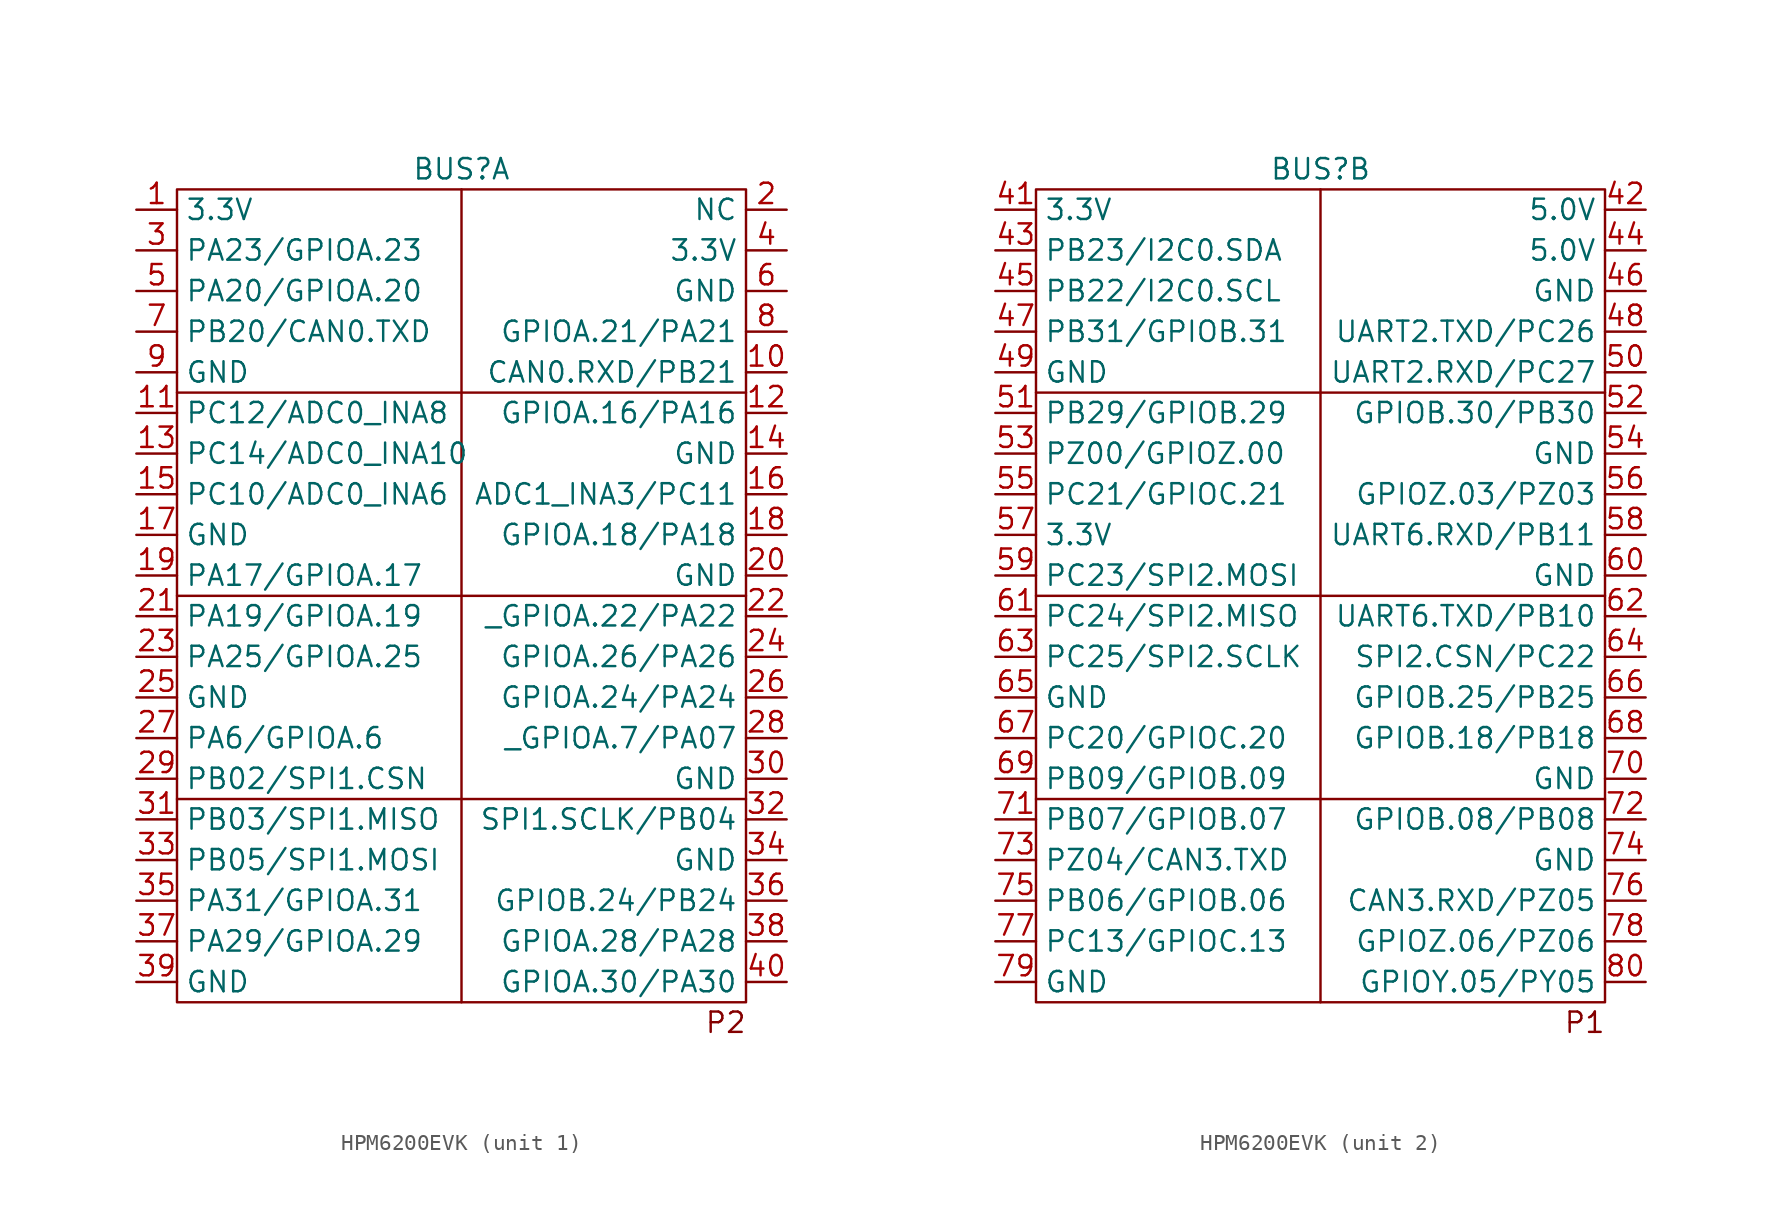
<source format=kicad_sym>
(kicad_symbol_lib
  (version 20220914)
  (generator kicad_symbol_editor)
  (symbol "HPM6200EVK"
    (property "Reference" "BUS"
      (at 20.32 2.54 0)
      (effects (font (size 1.27 1.27))))
    (property "Value" ""
      (at 0 0 0)
      (effects (font (size 1.27 1.27))))
    (property "ki_locked" ""
      (at 0 0 0)
      (effects (font (size 1.27 1.27))))
    (symbol "HPM6200EVK_1_1"
      (polyline (pts (xy 2.54 -36.83) (xy 38.1 -36.83)) (stroke (width 0) (type default)) (fill (type none)))
      (polyline (pts (xy 2.54 -24.13) (xy 38.1 -24.13)) (stroke (width 0) (type default)) (fill (type none)))
      (polyline (pts (xy 2.54 -11.43) (xy 38.1 -11.43)) (stroke (width 0) (type default)) (fill (type none)))
      (polyline (pts (xy 20.32 1.27) (xy 20.32 -49.53)) (stroke (width 0) (type default)) (fill (type none)))
      (rectangle (start 2.54 1.27) (end 38.1 -49.53) (stroke (width 0) (type default)) (fill (type none)))
      (text "P2" (at 36.83 -50.8 0) (effects (font (size 1.27 1.27))))
      (pin power_in line (at 0 0 0) (length 2.54) (name "3.3V" (effects (font (size 1.27 1.27)))) (number "1" (effects (font (size 1.27 1.27)))))
      (pin bidirectional line (at 40.64 -10.16 180) (length 2.54) (name "CAN0.RXD/PB21" (effects (font (size 1.27 1.27)))) (number "10" (effects (font (size 1.27 1.27)))))
      (pin bidirectional line (at 0 -12.7 0) (length 2.54) (name "PC12/ADC0_INA8" (effects (font (size 1.27 1.27)))) (number "11" (effects (font (size 1.27 1.27)))))
      (pin bidirectional line (at 40.64 -12.7 180) (length 2.54) (name "GPIOA.16/PA16" (effects (font (size 1.27 1.27)))) (number "12" (effects (font (size 1.27 1.27)))))
      (pin bidirectional line (at 0 -15.24 0) (length 2.54) (name "PC14/ADC0_INA10" (effects (font (size 1.27 1.27)))) (number "13" (effects (font (size 1.27 1.27)))))
      (pin power_in line (at 40.64 -15.24 180) (length 2.54) (name "GND" (effects (font (size 1.27 1.27)))) (number "14" (effects (font (size 1.27 1.27)))))
      (pin bidirectional line (at 0 -17.78 0) (length 2.54) (name "PC10/ADC0_INA6" (effects (font (size 1.27 1.27)))) (number "15" (effects (font (size 1.27 1.27)))))
      (pin bidirectional line (at 40.64 -17.78 180) (length 2.54) (name "ADC1_INA3/PC11" (effects (font (size 1.27 1.27)))) (number "16" (effects (font (size 1.27 1.27)))))
      (pin power_in line (at 0 -20.32 0) (length 2.54) (name "GND" (effects (font (size 1.27 1.27)))) (number "17" (effects (font (size 1.27 1.27)))))
      (pin bidirectional line (at 40.64 -20.32 180) (length 2.54) (name "GPIOA.18/PA18" (effects (font (size 1.27 1.27)))) (number "18" (effects (font (size 1.27 1.27)))))
      (pin bidirectional line (at 0 -22.86 0) (length 2.54) (name "PA17/GPIOA.17" (effects (font (size 1.27 1.27)))) (number "19" (effects (font (size 1.27 1.27)))))
      (pin power_in line (at 40.64 0 180) (length 2.54) (name "NC" (effects (font (size 1.27 1.27)))) (number "2" (effects (font (size 1.27 1.27)))))
      (pin power_in line (at 40.64 -22.86 180) (length 2.54) (name "GND" (effects (font (size 1.27 1.27)))) (number "20" (effects (font (size 1.27 1.27)))))
      (pin bidirectional line (at 0 -25.4 0) (length 2.54) (name "PA19/GPIOA.19" (effects (font (size 1.27 1.27)))) (number "21" (effects (font (size 1.27 1.27)))))
      (pin bidirectional line (at 40.64 -25.4 180) (length 2.54) (name "_GPIOA.22/PA22" (effects (font (size 1.27 1.27)))) (number "22" (effects (font (size 1.27 1.27)))))
      (pin bidirectional line (at 0 -27.94 0) (length 2.54) (name "PA25/GPIOA.25" (effects (font (size 1.27 1.27)))) (number "23" (effects (font (size 1.27 1.27)))))
      (pin bidirectional line (at 40.64 -27.94 180) (length 2.54) (name "GPIOA.26/PA26" (effects (font (size 1.27 1.27)))) (number "24" (effects (font (size 1.27 1.27)))))
      (pin power_in line (at 0 -30.48 0) (length 2.54) (name "GND" (effects (font (size 1.27 1.27)))) (number "25" (effects (font (size 1.27 1.27)))))
      (pin bidirectional line (at 40.64 -30.48 180) (length 2.54) (name "GPIOA.24/PA24" (effects (font (size 1.27 1.27)))) (number "26" (effects (font (size 1.27 1.27)))))
      (pin bidirectional line (at 0 -33.02 0) (length 2.54) (name "PA6/GPIOA.6" (effects (font (size 1.27 1.27)))) (number "27" (effects (font (size 1.27 1.27)))))
      (pin bidirectional line (at 40.64 -33.02 180) (length 2.54) (name "_GPIOA.7/PA07" (effects (font (size 1.27 1.27)))) (number "28" (effects (font (size 1.27 1.27)))))
      (pin bidirectional line (at 0 -35.56 0) (length 2.54) (name "PB02/SPI1.CSN" (effects (font (size 1.27 1.27)))) (number "29" (effects (font (size 1.27 1.27)))))
      (pin bidirectional line (at 0 -2.54 0) (length 2.54) (name "PA23/GPIOA.23" (effects (font (size 1.27 1.27)))) (number "3" (effects (font (size 1.27 1.27)))))
      (pin power_in line (at 40.64 -35.56 180) (length 2.54) (name "GND" (effects (font (size 1.27 1.27)))) (number "30" (effects (font (size 1.27 1.27)))))
      (pin bidirectional line (at 0 -38.1 0) (length 2.54) (name "PB03/SPI1.MISO" (effects (font (size 1.27 1.27)))) (number "31" (effects (font (size 1.27 1.27)))))
      (pin bidirectional line (at 40.64 -38.1 180) (length 2.54) (name "SPI1.SCLK/PB04" (effects (font (size 1.27 1.27)))) (number "32" (effects (font (size 1.27 1.27)))))
      (pin bidirectional line (at 0 -40.64 0) (length 2.54) (name "PB05/SPI1.MOSI" (effects (font (size 1.27 1.27)))) (number "33" (effects (font (size 1.27 1.27)))))
      (pin power_in line (at 40.64 -40.64 180) (length 2.54) (name "GND" (effects (font (size 1.27 1.27)))) (number "34" (effects (font (size 1.27 1.27)))))
      (pin bidirectional line (at 0 -43.18 0) (length 2.54) (name "PA31/GPIOA.31" (effects (font (size 1.27 1.27)))) (number "35" (effects (font (size 1.27 1.27)))))
      (pin bidirectional line (at 40.64 -43.18 180) (length 2.54) (name "GPIOB.24/PB24" (effects (font (size 1.27 1.27)))) (number "36" (effects (font (size 1.27 1.27)))))
      (pin bidirectional line (at 0 -45.72 0) (length 2.54) (name "PA29/GPIOA.29" (effects (font (size 1.27 1.27)))) (number "37" (effects (font (size 1.27 1.27)))))
      (pin bidirectional line (at 40.64 -45.72 180) (length 2.54) (name "GPIOA.28/PA28" (effects (font (size 1.27 1.27)))) (number "38" (effects (font (size 1.27 1.27)))))
      (pin power_in line (at 0 -48.26 0) (length 2.54) (name "GND" (effects (font (size 1.27 1.27)))) (number "39" (effects (font (size 1.27 1.27)))))
      (pin power_in line (at 40.64 -2.54 180) (length 2.54) (name "3.3V" (effects (font (size 1.27 1.27)))) (number "4" (effects (font (size 1.27 1.27)))))
      (pin bidirectional line (at 40.64 -48.26 180) (length 2.54) (name "GPIOA.30/PA30" (effects (font (size 1.27 1.27)))) (number "40" (effects (font (size 1.27 1.27)))))
      (pin bidirectional line (at 0 -5.08 0) (length 2.54) (name "PA20/GPIOA.20" (effects (font (size 1.27 1.27)))) (number "5" (effects (font (size 1.27 1.27)))))
      (pin power_in line (at 40.64 -5.08 180) (length 2.54) (name "GND" (effects (font (size 1.27 1.27)))) (number "6" (effects (font (size 1.27 1.27)))))
      (pin bidirectional line (at 0 -7.62 0) (length 2.54) (name "PB20/CAN0.TXD" (effects (font (size 1.27 1.27)))) (number "7" (effects (font (size 1.27 1.27)))))
      (pin bidirectional line (at 40.64 -7.62 180) (length 2.54) (name "GPIOA.21/PA21" (effects (font (size 1.27 1.27)))) (number "8" (effects (font (size 1.27 1.27)))))
      (pin power_in line (at 0 -10.16 0) (length 2.54) (name "GND" (effects (font (size 1.27 1.27)))) (number "9" (effects (font (size 1.27 1.27))))))
    (symbol "HPM6200EVK_2_1"
      (polyline (pts (xy 2.54 -36.83) (xy 38.1 -36.83)) (stroke (width 0) (type default)) (fill (type none)))
      (polyline (pts (xy 2.54 -24.13) (xy 38.1 -24.13)) (stroke (width 0) (type default)) (fill (type none)))
      (polyline (pts (xy 2.54 -11.43) (xy 38.1 -11.43)) (stroke (width 0) (type default)) (fill (type none)))
      (polyline (pts (xy 20.32 1.27) (xy 20.32 -49.53)) (stroke (width 0) (type default)) (fill (type none)))
      (rectangle (start 2.54 1.27) (end 38.1 -49.53) (stroke (width 0) (type default)) (fill (type none)))
      (text "P1" (at 36.83 -50.8 0) (effects (font (size 1.27 1.27))))
      (pin power_in line (at 0 0 0) (length 2.54) (name "3.3V" (effects (font (size 1.27 1.27)))) (number "41" (effects (font (size 1.27 1.27)))))
      (pin power_in line (at 40.64 0 180) (length 2.54) (name "5.0V" (effects (font (size 1.27 1.27)))) (number "42" (effects (font (size 1.27 1.27)))))
      (pin bidirectional line (at 0 -2.54 0) (length 2.54) (name "PB23/I2C0.SDA" (effects (font (size 1.27 1.27)))) (number "43" (effects (font (size 1.27 1.27)))))
      (pin power_in line (at 40.64 -2.54 180) (length 2.54) (name "5.0V" (effects (font (size 1.27 1.27)))) (number "44" (effects (font (size 1.27 1.27)))))
      (pin bidirectional line (at 0 -5.08 0) (length 2.54) (name "PB22/I2C0.SCL" (effects (font (size 1.27 1.27)))) (number "45" (effects (font (size 1.27 1.27)))))
      (pin power_in line (at 40.64 -5.08 180) (length 2.54) (name "GND" (effects (font (size 1.27 1.27)))) (number "46" (effects (font (size 1.27 1.27)))))
      (pin bidirectional line (at 0 -7.62 0) (length 2.54) (name "PB31/GPIOB.31" (effects (font (size 1.27 1.27)))) (number "47" (effects (font (size 1.27 1.27)))))
      (pin bidirectional line (at 40.64 -7.62 180) (length 2.54) (name "UART2.TXD/PC26" (effects (font (size 1.27 1.27)))) (number "48" (effects (font (size 1.27 1.27)))))
      (pin power_in line (at 0 -10.16 0) (length 2.54) (name "GND" (effects (font (size 1.27 1.27)))) (number "49" (effects (font (size 1.27 1.27)))))
      (pin bidirectional line (at 40.64 -10.16 180) (length 2.54) (name "UART2.RXD/PC27" (effects (font (size 1.27 1.27)))) (number "50" (effects (font (size 1.27 1.27)))))
      (pin bidirectional line (at 0 -12.7 0) (length 2.54) (name "PB29/GPIOB.29" (effects (font (size 1.27 1.27)))) (number "51" (effects (font (size 1.27 1.27)))))
      (pin bidirectional line (at 40.64 -12.7 180) (length 2.54) (name "GPIOB.30/PB30" (effects (font (size 1.27 1.27)))) (number "52" (effects (font (size 1.27 1.27)))))
      (pin bidirectional line (at 0 -15.24 0) (length 2.54) (name "PZ00/GPIOZ.00" (effects (font (size 1.27 1.27)))) (number "53" (effects (font (size 1.27 1.27)))))
      (pin power_in line (at 40.64 -15.24 180) (length 2.54) (name "GND" (effects (font (size 1.27 1.27)))) (number "54" (effects (font (size 1.27 1.27)))))
      (pin bidirectional line (at 0 -17.78 0) (length 2.54) (name "PC21/GPIOC.21" (effects (font (size 1.27 1.27)))) (number "55" (effects (font (size 1.27 1.27)))))
      (pin bidirectional line (at 40.64 -17.78 180) (length 2.54) (name "GPIOZ.03/PZ03" (effects (font (size 1.27 1.27)))) (number "56" (effects (font (size 1.27 1.27)))))
      (pin power_in line (at 0 -20.32 0) (length 2.54) (name "3.3V" (effects (font (size 1.27 1.27)))) (number "57" (effects (font (size 1.27 1.27)))))
      (pin bidirectional line (at 40.64 -20.32 180) (length 2.54) (name "UART6.RXD/PB11" (effects (font (size 1.27 1.27)))) (number "58" (effects (font (size 1.27 1.27)))))
      (pin bidirectional line (at 0 -22.86 0) (length 2.54) (name "PC23/SPI2.MOSI" (effects (font (size 1.27 1.27)))) (number "59" (effects (font (size 1.27 1.27)))))
      (pin power_in line (at 40.64 -22.86 180) (length 2.54) (name "GND" (effects (font (size 1.27 1.27)))) (number "60" (effects (font (size 1.27 1.27)))))
      (pin bidirectional line (at 0 -25.4 0) (length 2.54) (name "PC24/SPI2.MISO" (effects (font (size 1.27 1.27)))) (number "61" (effects (font (size 1.27 1.27)))))
      (pin bidirectional line (at 40.64 -25.4 180) (length 2.54) (name "UART6.TXD/PB10" (effects (font (size 1.27 1.27)))) (number "62" (effects (font (size 1.27 1.27)))))
      (pin bidirectional line (at 0 -27.94 0) (length 2.54) (name "PC25/SPI2.SCLK" (effects (font (size 1.27 1.27)))) (number "63" (effects (font (size 1.27 1.27)))))
      (pin bidirectional line (at 40.64 -27.94 180) (length 2.54) (name "SPI2.CSN/PC22" (effects (font (size 1.27 1.27)))) (number "64" (effects (font (size 1.27 1.27)))))
      (pin power_in line (at 0 -30.48 0) (length 2.54) (name "GND" (effects (font (size 1.27 1.27)))) (number "65" (effects (font (size 1.27 1.27)))))
      (pin bidirectional line (at 40.64 -30.48 180) (length 2.54) (name "GPIOB.25/PB25" (effects (font (size 1.27 1.27)))) (number "66" (effects (font (size 1.27 1.27)))))
      (pin bidirectional line (at 0 -33.02 0) (length 2.54) (name "PC20/GPIOC.20" (effects (font (size 1.27 1.27)))) (number "67" (effects (font (size 1.27 1.27)))))
      (pin bidirectional line (at 40.64 -33.02 180) (length 2.54) (name "GPIOB.18/PB18" (effects (font (size 1.27 1.27)))) (number "68" (effects (font (size 1.27 1.27)))))
      (pin bidirectional line (at 0 -35.56 0) (length 2.54) (name "PB09/GPIOB.09" (effects (font (size 1.27 1.27)))) (number "69" (effects (font (size 1.27 1.27)))))
      (pin power_in line (at 40.64 -35.56 180) (length 2.54) (name "GND" (effects (font (size 1.27 1.27)))) (number "70" (effects (font (size 1.27 1.27)))))
      (pin bidirectional line (at 0 -38.1 0) (length 2.54) (name "PB07/GPIOB.07" (effects (font (size 1.27 1.27)))) (number "71" (effects (font (size 1.27 1.27)))))
      (pin bidirectional line (at 40.64 -38.1 180) (length 2.54) (name "GPIOB.08/PB08" (effects (font (size 1.27 1.27)))) (number "72" (effects (font (size 1.27 1.27)))))
      (pin bidirectional line (at 0 -40.64 0) (length 2.54) (name "PZ04/CAN3.TXD" (effects (font (size 1.27 1.27)))) (number "73" (effects (font (size 1.27 1.27)))))
      (pin power_in line (at 40.64 -40.64 180) (length 2.54) (name "GND" (effects (font (size 1.27 1.27)))) (number "74" (effects (font (size 1.27 1.27)))))
      (pin bidirectional line (at 0 -43.18 0) (length 2.54) (name "PB06/GPIOB.06" (effects (font (size 1.27 1.27)))) (number "75" (effects (font (size 1.27 1.27)))))
      (pin bidirectional line (at 40.64 -43.18 180) (length 2.54) (name "CAN3.RXD/PZ05" (effects (font (size 1.27 1.27)))) (number "76" (effects (font (size 1.27 1.27)))))
      (pin bidirectional line (at 0 -45.72 0) (length 2.54) (name "PC13/GPIOC.13" (effects (font (size 1.27 1.27)))) (number "77" (effects (font (size 1.27 1.27)))))
      (pin bidirectional line (at 40.64 -45.72 180) (length 2.54) (name "GPIOZ.06/PZ06" (effects (font (size 1.27 1.27)))) (number "78" (effects (font (size 1.27 1.27)))))
      (pin power_in line (at 0 -48.26 0) (length 2.54) (name "GND" (effects (font (size 1.27 1.27)))) (number "79" (effects (font (size 1.27 1.27)))))
      (pin bidirectional line (at 40.64 -48.26 180) (length 2.54) (name "GPIOY.05/PY05" (effects (font (size 1.27 1.27)))) (number "80" (effects (font (size 1.27 1.27))))))))
</source>
